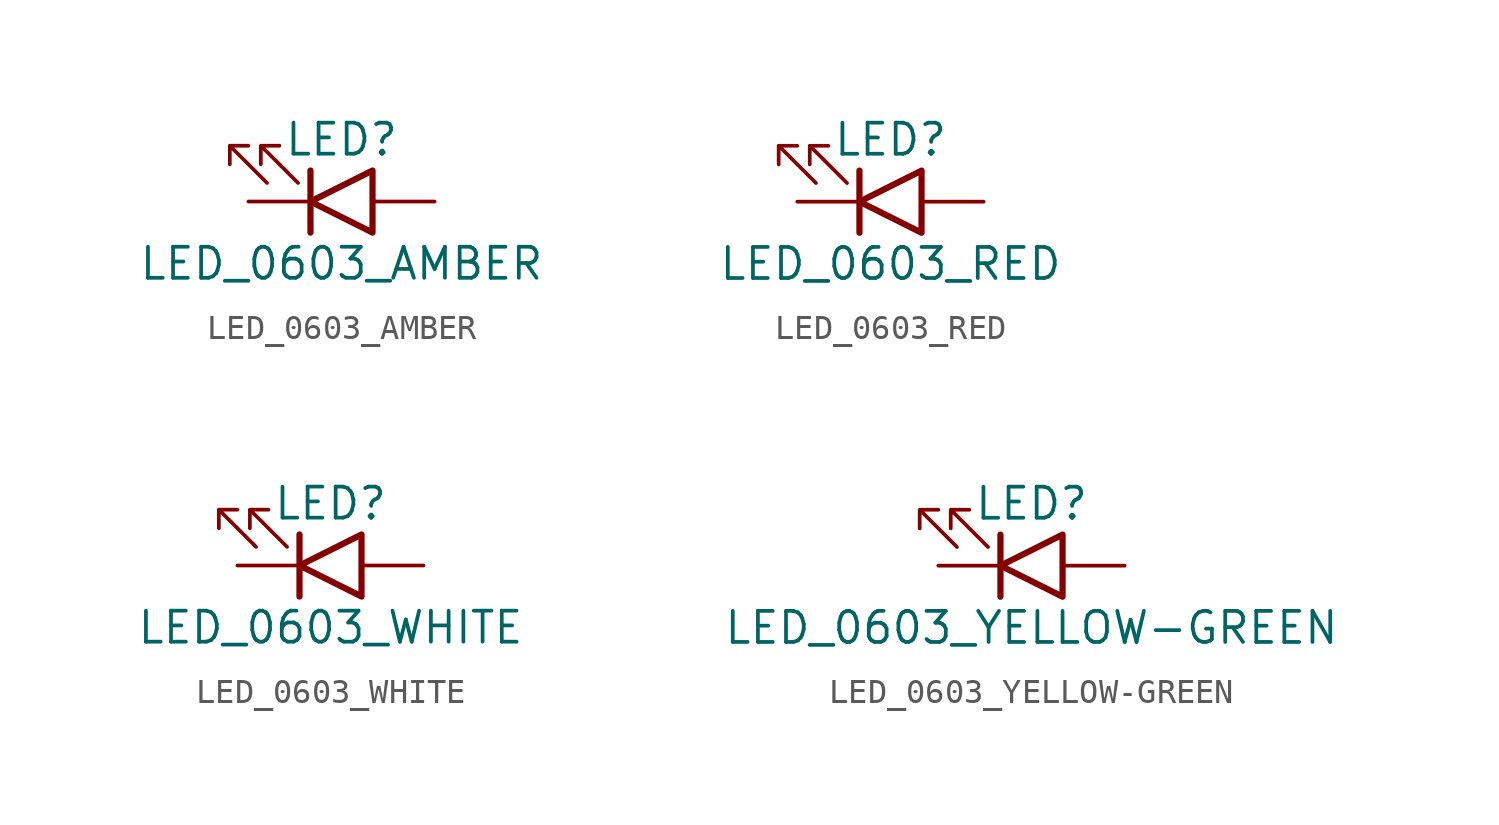
<source format=kicad_sym>
(kicad_symbol_lib
  (version 20211014)
  (generator kicad_symbol_editor)
  (symbol "LED_0603_AMBER"
    (pin_numbers hide)
    (pin_names
      (offset 1.016) hide)
    (property "Reference" "LED"
      (at 0 2.54 0)
      (effects (font (size 1.27 1.27))))
    (property "Value" "LED_0603_AMBER"
      (at 0 -2.54 0)
      (effects (font (size 1.27 1.27))))
    (symbol "LED_0603_AMBER_0_1"
      (polyline (pts (xy -1.27 -1.27) (xy -1.27 1.27)) (stroke (width 0.254) (type default) (color 0 0 0 0)) (fill (type none)))
      (polyline (pts (xy 1.27 -1.27) (xy 1.27 1.27) (xy -1.27 0) (xy 1.27 -1.27)) (stroke (width 0.254) (type default) (color 0 0 0 0)) (fill (type none)))
      (polyline (pts (xy -3.048 0.762) (xy -4.572 2.286) (xy -3.81 2.286) (xy -4.572 2.286) (xy -4.572 1.524)) (stroke (width 0) (type default) (color 0 0 0 0)) (fill (type none)))
      (polyline (pts (xy -1.778 0.762) (xy -3.302 2.286) (xy -2.54 2.286) (xy -3.302 2.286) (xy -3.302 1.524)) (stroke (width 0) (type default) (color 0 0 0 0)) (fill (type none))))
    (symbol "LED_0603_AMBER_1_1"
      (pin passive line (at -3.81 0 0) (length 2.54) (name "K" (effects (font (size 1.27 1.27)))) (number "1" (effects (font (size 1.27 1.27)))))
      (pin passive line (at 3.81 0 180) (length 2.54) (name "A" (effects (font (size 1.27 1.27)))) (number "2" (effects (font (size 1.27 1.27)))))))
  (symbol "LED_0603_RED"
    (pin_numbers hide)
    (pin_names
      (offset 1.016) hide)
    (property "Reference" "LED"
      (at 0 2.54 0)
      (effects (font (size 1.27 1.27))))
    (property "Value" "LED_0603_RED"
      (at 0 -2.54 0)
      (effects (font (size 1.27 1.27))))
    (symbol "LED_0603_RED_0_1"
      (polyline (pts (xy -1.27 -1.27) (xy -1.27 1.27)) (stroke (width 0.254) (type default) (color 0 0 0 0)) (fill (type none)))
      (polyline (pts (xy 1.27 -1.27) (xy 1.27 1.27) (xy -1.27 0) (xy 1.27 -1.27)) (stroke (width 0.254) (type default) (color 0 0 0 0)) (fill (type none)))
      (polyline (pts (xy -3.048 0.762) (xy -4.572 2.286) (xy -3.81 2.286) (xy -4.572 2.286) (xy -4.572 1.524)) (stroke (width 0) (type default) (color 0 0 0 0)) (fill (type none)))
      (polyline (pts (xy -1.778 0.762) (xy -3.302 2.286) (xy -2.54 2.286) (xy -3.302 2.286) (xy -3.302 1.524)) (stroke (width 0) (type default) (color 0 0 0 0)) (fill (type none))))
    (symbol "LED_0603_RED_1_1"
      (pin passive line (at -3.81 0 0) (length 2.54) (name "K" (effects (font (size 1.27 1.27)))) (number "1" (effects (font (size 1.27 1.27)))))
      (pin passive line (at 3.81 0 180) (length 2.54) (name "A" (effects (font (size 1.27 1.27)))) (number "2" (effects (font (size 1.27 1.27)))))))
  (symbol "LED_0603_WHITE"
    (pin_numbers hide)
    (pin_names
      (offset 1.016) hide)
    (property "Reference" "LED"
      (at 0 2.54 0)
      (effects (font (size 1.27 1.27))))
    (property "Value" "LED_0603_WHITE"
      (at 0 -2.54 0)
      (effects (font (size 1.27 1.27))))
    (symbol "LED_0603_WHITE_0_1"
      (polyline (pts (xy -1.27 -1.27) (xy -1.27 1.27)) (stroke (width 0.254) (type default) (color 0 0 0 0)) (fill (type none)))
      (polyline (pts (xy 1.27 -1.27) (xy 1.27 1.27) (xy -1.27 0) (xy 1.27 -1.27)) (stroke (width 0.254) (type default) (color 0 0 0 0)) (fill (type none)))
      (polyline (pts (xy -3.048 0.762) (xy -4.572 2.286) (xy -3.81 2.286) (xy -4.572 2.286) (xy -4.572 1.524)) (stroke (width 0) (type default) (color 0 0 0 0)) (fill (type none)))
      (polyline (pts (xy -1.778 0.762) (xy -3.302 2.286) (xy -2.54 2.286) (xy -3.302 2.286) (xy -3.302 1.524)) (stroke (width 0) (type default) (color 0 0 0 0)) (fill (type none))))
    (symbol "LED_0603_WHITE_1_1"
      (pin passive line (at -3.81 0 0) (length 2.54) (name "K" (effects (font (size 1.27 1.27)))) (number "1" (effects (font (size 1.27 1.27)))))
      (pin passive line (at 3.81 0 180) (length 2.54) (name "A" (effects (font (size 1.27 1.27)))) (number "2" (effects (font (size 1.27 1.27)))))))
  (symbol "LED_0603_YELLOW-GREEN"
    (pin_numbers hide)
    (pin_names
      (offset 1.016) hide)
    (property "Reference" "LED"
      (at 0 2.54 0)
      (effects (font (size 1.27 1.27))))
    (property "Value" "LED_0603_YELLOW-GREEN"
      (at 0 -2.54 0)
      (effects (font (size 1.27 1.27))))
    (symbol "LED_0603_YELLOW-GREEN_0_1"
      (polyline (pts (xy -1.27 -1.27) (xy -1.27 1.27)) (stroke (width 0.254) (type default) (color 0 0 0 0)) (fill (type none)))
      (polyline (pts (xy 1.27 -1.27) (xy 1.27 1.27) (xy -1.27 0) (xy 1.27 -1.27)) (stroke (width 0.254) (type default) (color 0 0 0 0)) (fill (type none)))
      (polyline (pts (xy -3.048 0.762) (xy -4.572 2.286) (xy -3.81 2.286) (xy -4.572 2.286) (xy -4.572 1.524)) (stroke (width 0) (type default) (color 0 0 0 0)) (fill (type none)))
      (polyline (pts (xy -1.778 0.762) (xy -3.302 2.286) (xy -2.54 2.286) (xy -3.302 2.286) (xy -3.302 1.524)) (stroke (width 0) (type default) (color 0 0 0 0)) (fill (type none))))
    (symbol "LED_0603_YELLOW-GREEN_1_1"
      (pin passive line (at -3.81 0 0) (length 2.54) (name "K" (effects (font (size 1.27 1.27)))) (number "1" (effects (font (size 1.27 1.27)))))
      (pin passive line (at 3.81 0 180) (length 2.54) (name "A" (effects (font (size 1.27 1.27)))) (number "2" (effects (font (size 1.27 1.27))))))))
</source>
